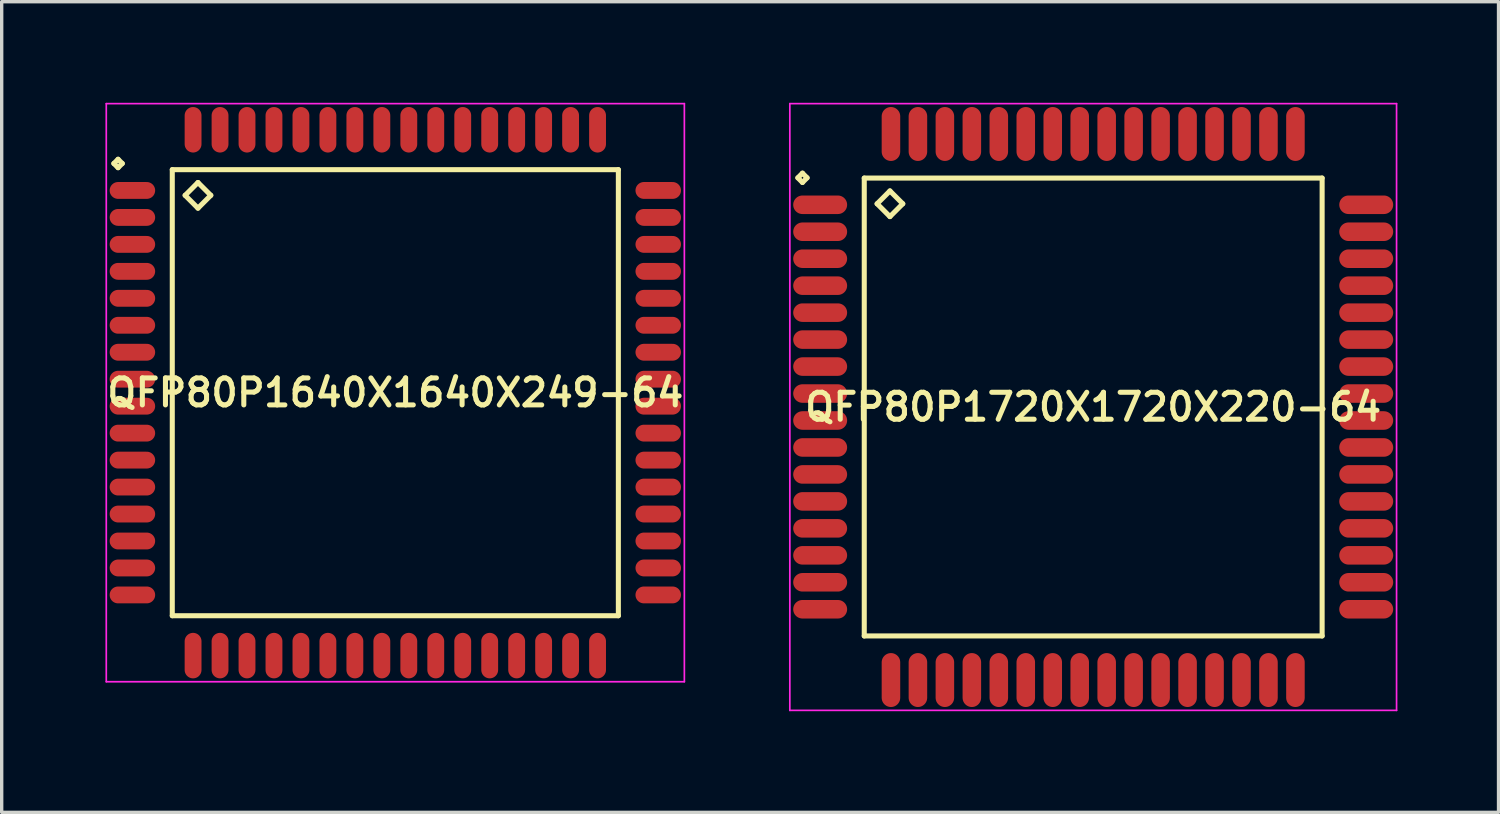
<source format=kicad_pcb>
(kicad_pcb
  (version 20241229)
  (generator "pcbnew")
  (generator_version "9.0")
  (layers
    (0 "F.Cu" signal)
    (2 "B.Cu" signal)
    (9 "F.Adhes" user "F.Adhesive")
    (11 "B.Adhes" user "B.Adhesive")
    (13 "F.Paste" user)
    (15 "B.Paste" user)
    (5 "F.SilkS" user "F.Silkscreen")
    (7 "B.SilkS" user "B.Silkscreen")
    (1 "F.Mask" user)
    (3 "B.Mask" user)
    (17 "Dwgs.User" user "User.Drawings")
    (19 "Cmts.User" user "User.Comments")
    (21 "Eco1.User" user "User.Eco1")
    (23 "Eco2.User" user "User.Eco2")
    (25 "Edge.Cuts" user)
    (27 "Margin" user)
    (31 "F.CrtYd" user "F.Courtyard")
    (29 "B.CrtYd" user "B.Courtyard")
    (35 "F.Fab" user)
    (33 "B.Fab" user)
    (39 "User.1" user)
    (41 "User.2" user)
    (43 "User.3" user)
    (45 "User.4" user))
  (footprint "QFP80P1720X1720X220-64"
    (layer "F.Cu")
    (at 29.382 9.025)
    (property "Reference" "QFP80P1720X1720X220-64" (at 0 0 0) (layer "F.SilkS") (effects (font (size 0.8 0.8) (thickness 0.15))))
    (attr smd)
    (fp_line (start -8.762 -6.8) (end -8.625 -6.938) (stroke (width 0.15) (type solid)) (layer "F.SilkS"))
    (fp_line (start -8.625 -6.938) (end -8.488 -6.8) (stroke (width 0.15) (type solid)) (layer "F.SilkS"))
    (fp_line (start -8.625 -6.662) (end -8.762 -6.8) (stroke (width 0.15) (type solid)) (layer "F.SilkS"))
    (fp_line (start -8.488 -6.8) (end -8.625 -6.662) (stroke (width 0.15) (type solid)) (layer "F.SilkS"))
    (fp_line (start -6.792 -6.792) (end -6.792 6.792) (stroke (width 0.15) (type solid)) (layer "F.SilkS"))
    (fp_line (start -6.792 6.792) (end 6.792 6.792) (stroke (width 0.15) (type solid)) (layer "F.SilkS"))
    (fp_line (start -6.411 -6.03) (end -6.03 -6.411) (stroke (width 0.15) (type solid)) (layer "F.SilkS"))
    (fp_line (start -6.03 -6.411) (end -5.649 -6.03) (stroke (width 0.15) (type solid)) (layer "F.SilkS"))
    (fp_line (start -6.03 -5.649) (end -6.411 -6.03) (stroke (width 0.15) (type solid)) (layer "F.SilkS"))
    (fp_line (start -5.649 -6.03) (end -6.03 -5.649) (stroke (width 0.15) (type solid)) (layer "F.SilkS"))
    (fp_line (start 6.792 -6.792) (end -6.792 -6.792) (stroke (width 0.15) (type solid)) (layer "F.SilkS"))
    (fp_line (start 6.792 6.792) (end 6.792 -6.792) (stroke (width 0.15) (type solid)) (layer "F.SilkS"))
    (fp_line (start -9 -9) (end 9 -9) (stroke (width 0.05) (type solid)) (layer "F.CrtYd"))
    (fp_line (start -9 9) (end -9 -9) (stroke (width 0.05) (type solid)) (layer "F.CrtYd"))
    (fp_line (start 9 -9) (end 9 9) (stroke (width 0.05) (type solid)) (layer "F.CrtYd"))
    (fp_line (start 9 9) (end -9 9) (stroke (width 0.05) (type solid)) (layer "F.CrtYd"))
    (pad "1" smd oval (at -8.1 -6) (size 1.6 0.55) (layers "F.Cu" "F.Mask" "F.Paste"))
    (pad "2" smd oval (at -8.1 -5.2) (size 1.6 0.55) (layers "F.Cu" "F.Mask" "F.Paste"))
    (pad "3" smd oval (at -8.1 -4.4) (size 1.6 0.55) (layers "F.Cu" "F.Mask" "F.Paste"))
    (pad "4" smd oval (at -8.1 -3.6) (size 1.6 0.55) (layers "F.Cu" "F.Mask" "F.Paste"))
    (pad "5" smd oval (at -8.1 -2.8) (size 1.6 0.55) (layers "F.Cu" "F.Mask" "F.Paste"))
    (pad "6" smd oval (at -8.1 -2) (size 1.6 0.55) (layers "F.Cu" "F.Mask" "F.Paste"))
    (pad "7" smd oval (at -8.1 -1.2) (size 1.6 0.55) (layers "F.Cu" "F.Mask" "F.Paste"))
    (pad "8" smd oval (at -8.1 -0.4) (size 1.6 0.55) (layers "F.Cu" "F.Mask" "F.Paste"))
    (pad "9" smd oval (at -8.1 0.4) (size 1.6 0.55) (layers "F.Cu" "F.Mask" "F.Paste"))
    (pad "10" smd oval (at -8.1 1.2) (size 1.6 0.55) (layers "F.Cu" "F.Mask" "F.Paste"))
    (pad "11" smd oval (at -8.1 2) (size 1.6 0.55) (layers "F.Cu" "F.Mask" "F.Paste"))
    (pad "12" smd oval (at -8.1 2.8) (size 1.6 0.55) (layers "F.Cu" "F.Mask" "F.Paste"))
    (pad "13" smd oval (at -8.1 3.6) (size 1.6 0.55) (layers "F.Cu" "F.Mask" "F.Paste"))
    (pad "14" smd oval (at -8.1 4.4) (size 1.6 0.55) (layers "F.Cu" "F.Mask" "F.Paste"))
    (pad "15" smd oval (at -8.1 5.2) (size 1.6 0.55) (layers "F.Cu" "F.Mask" "F.Paste"))
    (pad "16" smd oval (at -8.1 6) (size 1.6 0.55) (layers "F.Cu" "F.Mask" "F.Paste"))
    (pad "17" smd oval (at -6 8.1) (size 0.55 1.6) (layers "F.Cu" "F.Mask" "F.Paste"))
    (pad "18" smd oval (at -5.2 8.1) (size 0.55 1.6) (layers "F.Cu" "F.Mask" "F.Paste"))
    (pad "19" smd oval (at -4.4 8.1) (size 0.55 1.6) (layers "F.Cu" "F.Mask" "F.Paste"))
    (pad "20" smd oval (at -3.6 8.1) (size 0.55 1.6) (layers "F.Cu" "F.Mask" "F.Paste"))
    (pad "21" smd oval (at -2.8 8.1) (size 0.55 1.6) (layers "F.Cu" "F.Mask" "F.Paste"))
    (pad "22" smd oval (at -2 8.1) (size 0.55 1.6) (layers "F.Cu" "F.Mask" "F.Paste"))
    (pad "23" smd oval (at -1.2 8.1) (size 0.55 1.6) (layers "F.Cu" "F.Mask" "F.Paste"))
    (pad "24" smd oval (at -0.4 8.1) (size 0.55 1.6) (layers "F.Cu" "F.Mask" "F.Paste"))
    (pad "25" smd oval (at 0.4 8.1) (size 0.55 1.6) (layers "F.Cu" "F.Mask" "F.Paste"))
    (pad "26" smd oval (at 1.2 8.1) (size 0.55 1.6) (layers "F.Cu" "F.Mask" "F.Paste"))
    (pad "27" smd oval (at 2 8.1) (size 0.55 1.6) (layers "F.Cu" "F.Mask" "F.Paste"))
    (pad "28" smd oval (at 2.8 8.1) (size 0.55 1.6) (layers "F.Cu" "F.Mask" "F.Paste"))
    (pad "29" smd oval (at 3.6 8.1) (size 0.55 1.6) (layers "F.Cu" "F.Mask" "F.Paste"))
    (pad "30" smd oval (at 4.4 8.1) (size 0.55 1.6) (layers "F.Cu" "F.Mask" "F.Paste"))
    (pad "31" smd oval (at 5.2 8.1) (size 0.55 1.6) (layers "F.Cu" "F.Mask" "F.Paste"))
    (pad "32" smd oval (at 6 8.1) (size 0.55 1.6) (layers "F.Cu" "F.Mask" "F.Paste"))
    (pad "33" smd oval (at 8.1 6) (size 1.6 0.55) (layers "F.Cu" "F.Mask" "F.Paste"))
    (pad "34" smd oval (at 8.1 5.2) (size 1.6 0.55) (layers "F.Cu" "F.Mask" "F.Paste"))
    (pad "35" smd oval (at 8.1 4.4) (size 1.6 0.55) (layers "F.Cu" "F.Mask" "F.Paste"))
    (pad "36" smd oval (at 8.1 3.6) (size 1.6 0.55) (layers "F.Cu" "F.Mask" "F.Paste"))
    (pad "37" smd oval (at 8.1 2.8) (size 1.6 0.55) (layers "F.Cu" "F.Mask" "F.Paste"))
    (pad "38" smd oval (at 8.1 2) (size 1.6 0.55) (layers "F.Cu" "F.Mask" "F.Paste"))
    (pad "39" smd oval (at 8.1 1.2) (size 1.6 0.55) (layers "F.Cu" "F.Mask" "F.Paste"))
    (pad "40" smd oval (at 8.1 0.4) (size 1.6 0.55) (layers "F.Cu" "F.Mask" "F.Paste"))
    (pad "41" smd oval (at 8.1 -0.4) (size 1.6 0.55) (layers "F.Cu" "F.Mask" "F.Paste"))
    (pad "42" smd oval (at 8.1 -1.2) (size 1.6 0.55) (layers "F.Cu" "F.Mask" "F.Paste"))
    (pad "43" smd oval (at 8.1 -2) (size 1.6 0.55) (layers "F.Cu" "F.Mask" "F.Paste"))
    (pad "44" smd oval (at 8.1 -2.8) (size 1.6 0.55) (layers "F.Cu" "F.Mask" "F.Paste"))
    (pad "45" smd oval (at 8.1 -3.6) (size 1.6 0.55) (layers "F.Cu" "F.Mask" "F.Paste"))
    (pad "46" smd oval (at 8.1 -4.4) (size 1.6 0.55) (layers "F.Cu" "F.Mask" "F.Paste"))
    (pad "47" smd oval (at 8.1 -5.2) (size 1.6 0.55) (layers "F.Cu" "F.Mask" "F.Paste"))
    (pad "48" smd oval (at 8.1 -6) (size 1.6 0.55) (layers "F.Cu" "F.Mask" "F.Paste"))
    (pad "49" smd oval (at 6 -8.1) (size 0.55 1.6) (layers "F.Cu" "F.Mask" "F.Paste"))
    (pad "50" smd oval (at 5.2 -8.1) (size 0.55 1.6) (layers "F.Cu" "F.Mask" "F.Paste"))
    (pad "51" smd oval (at 4.4 -8.1) (size 0.55 1.6) (layers "F.Cu" "F.Mask" "F.Paste"))
    (pad "52" smd oval (at 3.6 -8.1) (size 0.55 1.6) (layers "F.Cu" "F.Mask" "F.Paste"))
    (pad "53" smd oval (at 2.8 -8.1) (size 0.55 1.6) (layers "F.Cu" "F.Mask" "F.Paste"))
    (pad "54" smd oval (at 2 -8.1) (size 0.55 1.6) (layers "F.Cu" "F.Mask" "F.Paste"))
    (pad "55" smd oval (at 1.2 -8.1) (size 0.55 1.6) (layers "F.Cu" "F.Mask" "F.Paste"))
    (pad "56" smd oval (at 0.4 -8.1) (size 0.55 1.6) (layers "F.Cu" "F.Mask" "F.Paste"))
    (pad "57" smd oval (at -0.4 -8.1) (size 0.55 1.6) (layers "F.Cu" "F.Mask" "F.Paste"))
    (pad "58" smd oval (at -1.2 -8.1) (size 0.55 1.6) (layers "F.Cu" "F.Mask" "F.Paste"))
    (pad "59" smd oval (at -2 -8.1) (size 0.55 1.6) (layers "F.Cu" "F.Mask" "F.Paste"))
    (pad "60" smd oval (at -2.8 -8.1) (size 0.55 1.6) (layers "F.Cu" "F.Mask" "F.Paste"))
    (pad "61" smd oval (at -3.6 -8.1) (size 0.55 1.6) (layers "F.Cu" "F.Mask" "F.Paste"))
    (pad "62" smd oval (at -4.4 -8.1) (size 0.55 1.6) (layers "F.Cu" "F.Mask" "F.Paste"))
    (pad "63" smd oval (at -5.2 -8.1) (size 0.55 1.6) (layers "F.Cu" "F.Mask" "F.Paste"))
    (pad "64" smd oval (at -6 -8.1) (size 0.55 1.6) (layers "F.Cu" "F.Mask" "F.Paste")))
  (footprint "QFP80P1640X1640X249-64"
    (layer "F.Cu")
    (at 8.678 8.6)
    (property "Reference" "QFP80P1640X1640X249-64" (at 0 0 0) (layer "F.SilkS") (effects (font (size 0.8 0.8) (thickness 0.15))))
    (attr smd)
    (fp_line (start -8.35 -6.8) (end -8.225 -6.925) (stroke (width 0.15) (type solid)) (layer "F.SilkS"))
    (fp_line (start -8.225 -6.925) (end -8.1 -6.8) (stroke (width 0.15) (type solid)) (layer "F.SilkS"))
    (fp_line (start -8.225 -6.675) (end -8.35 -6.8) (stroke (width 0.15) (type solid)) (layer "F.SilkS"))
    (fp_line (start -8.1 -6.8) (end -8.225 -6.675) (stroke (width 0.15) (type solid)) (layer "F.SilkS"))
    (fp_line (start -6.617 -6.617) (end -6.617 6.617) (stroke (width 0.15) (type solid)) (layer "F.SilkS"))
    (fp_line (start -6.617 6.617) (end 6.617 6.617) (stroke (width 0.15) (type solid)) (layer "F.SilkS"))
    (fp_line (start -6.236 -5.855) (end -5.855 -6.236) (stroke (width 0.15) (type solid)) (layer "F.SilkS"))
    (fp_line (start -5.855 -6.236) (end -5.474 -5.855) (stroke (width 0.15) (type solid)) (layer "F.SilkS"))
    (fp_line (start -5.855 -5.474) (end -6.236 -5.855) (stroke (width 0.15) (type solid)) (layer "F.SilkS"))
    (fp_line (start -5.474 -5.855) (end -5.855 -5.474) (stroke (width 0.15) (type solid)) (layer "F.SilkS"))
    (fp_line (start 6.617 -6.617) (end -6.617 -6.617) (stroke (width 0.15) (type solid)) (layer "F.SilkS"))
    (fp_line (start 6.617 6.617) (end 6.617 -6.617) (stroke (width 0.15) (type solid)) (layer "F.SilkS"))
    (fp_line (start -8.575 -8.575) (end 8.575 -8.575) (stroke (width 0.05) (type solid)) (layer "F.CrtYd"))
    (fp_line (start -8.575 8.575) (end -8.575 -8.575) (stroke (width 0.05) (type solid)) (layer "F.CrtYd"))
    (fp_line (start 8.575 -8.575) (end 8.575 8.575) (stroke (width 0.05) (type solid)) (layer "F.CrtYd"))
    (fp_line (start 8.575 8.575) (end -8.575 8.575) (stroke (width 0.05) (type solid)) (layer "F.CrtYd"))
    (pad "1" smd oval (at -7.8 -6) (size 1.35 0.5) (layers "F.Cu" "F.Mask" "F.Paste"))
    (pad "2" smd oval (at -7.8 -5.2) (size 1.35 0.5) (layers "F.Cu" "F.Mask" "F.Paste"))
    (pad "3" smd oval (at -7.8 -4.4) (size 1.35 0.5) (layers "F.Cu" "F.Mask" "F.Paste"))
    (pad "4" smd oval (at -7.8 -3.6) (size 1.35 0.5) (layers "F.Cu" "F.Mask" "F.Paste"))
    (pad "5" smd oval (at -7.8 -2.8) (size 1.35 0.5) (layers "F.Cu" "F.Mask" "F.Paste"))
    (pad "6" smd oval (at -7.8 -2) (size 1.35 0.5) (layers "F.Cu" "F.Mask" "F.Paste"))
    (pad "7" smd oval (at -7.8 -1.2) (size 1.35 0.5) (layers "F.Cu" "F.Mask" "F.Paste"))
    (pad "8" smd oval (at -7.8 -0.4) (size 1.35 0.5) (layers "F.Cu" "F.Mask" "F.Paste"))
    (pad "9" smd oval (at -7.8 0.4) (size 1.35 0.5) (layers "F.Cu" "F.Mask" "F.Paste"))
    (pad "10" smd oval (at -7.8 1.2) (size 1.35 0.5) (layers "F.Cu" "F.Mask" "F.Paste"))
    (pad "11" smd oval (at -7.8 2) (size 1.35 0.5) (layers "F.Cu" "F.Mask" "F.Paste"))
    (pad "12" smd oval (at -7.8 2.8) (size 1.35 0.5) (layers "F.Cu" "F.Mask" "F.Paste"))
    (pad "13" smd oval (at -7.8 3.6) (size 1.35 0.5) (layers "F.Cu" "F.Mask" "F.Paste"))
    (pad "14" smd oval (at -7.8 4.4) (size 1.35 0.5) (layers "F.Cu" "F.Mask" "F.Paste"))
    (pad "15" smd oval (at -7.8 5.2) (size 1.35 0.5) (layers "F.Cu" "F.Mask" "F.Paste"))
    (pad "16" smd oval (at -7.8 6) (size 1.35 0.5) (layers "F.Cu" "F.Mask" "F.Paste"))
    (pad "17" smd oval (at -6 7.8) (size 0.5 1.35) (layers "F.Cu" "F.Mask" "F.Paste"))
    (pad "18" smd oval (at -5.2 7.8) (size 0.5 1.35) (layers "F.Cu" "F.Mask" "F.Paste"))
    (pad "19" smd oval (at -4.4 7.8) (size 0.5 1.35) (layers "F.Cu" "F.Mask" "F.Paste"))
    (pad "20" smd oval (at -3.6 7.8) (size 0.5 1.35) (layers "F.Cu" "F.Mask" "F.Paste"))
    (pad "21" smd oval (at -2.8 7.8) (size 0.5 1.35) (layers "F.Cu" "F.Mask" "F.Paste"))
    (pad "22" smd oval (at -2 7.8) (size 0.5 1.35) (layers "F.Cu" "F.Mask" "F.Paste"))
    (pad "23" smd oval (at -1.2 7.8) (size 0.5 1.35) (layers "F.Cu" "F.Mask" "F.Paste"))
    (pad "24" smd oval (at -0.4 7.8) (size 0.5 1.35) (layers "F.Cu" "F.Mask" "F.Paste"))
    (pad "25" smd oval (at 0.4 7.8) (size 0.5 1.35) (layers "F.Cu" "F.Mask" "F.Paste"))
    (pad "26" smd oval (at 1.2 7.8) (size 0.5 1.35) (layers "F.Cu" "F.Mask" "F.Paste"))
    (pad "27" smd oval (at 2 7.8) (size 0.5 1.35) (layers "F.Cu" "F.Mask" "F.Paste"))
    (pad "28" smd oval (at 2.8 7.8) (size 0.5 1.35) (layers "F.Cu" "F.Mask" "F.Paste"))
    (pad "29" smd oval (at 3.6 7.8) (size 0.5 1.35) (layers "F.Cu" "F.Mask" "F.Paste"))
    (pad "30" smd oval (at 4.4 7.8) (size 0.5 1.35) (layers "F.Cu" "F.Mask" "F.Paste"))
    (pad "31" smd oval (at 5.2 7.8) (size 0.5 1.35) (layers "F.Cu" "F.Mask" "F.Paste"))
    (pad "32" smd oval (at 6 7.8) (size 0.5 1.35) (layers "F.Cu" "F.Mask" "F.Paste"))
    (pad "33" smd oval (at 7.8 6) (size 1.35 0.5) (layers "F.Cu" "F.Mask" "F.Paste"))
    (pad "34" smd oval (at 7.8 5.2) (size 1.35 0.5) (layers "F.Cu" "F.Mask" "F.Paste"))
    (pad "35" smd oval (at 7.8 4.4) (size 1.35 0.5) (layers "F.Cu" "F.Mask" "F.Paste"))
    (pad "36" smd oval (at 7.8 3.6) (size 1.35 0.5) (layers "F.Cu" "F.Mask" "F.Paste"))
    (pad "37" smd oval (at 7.8 2.8) (size 1.35 0.5) (layers "F.Cu" "F.Mask" "F.Paste"))
    (pad "38" smd oval (at 7.8 2) (size 1.35 0.5) (layers "F.Cu" "F.Mask" "F.Paste"))
    (pad "39" smd oval (at 7.8 1.2) (size 1.35 0.5) (layers "F.Cu" "F.Mask" "F.Paste"))
    (pad "40" smd oval (at 7.8 0.4) (size 1.35 0.5) (layers "F.Cu" "F.Mask" "F.Paste"))
    (pad "41" smd oval (at 7.8 -0.4) (size 1.35 0.5) (layers "F.Cu" "F.Mask" "F.Paste"))
    (pad "42" smd oval (at 7.8 -1.2) (size 1.35 0.5) (layers "F.Cu" "F.Mask" "F.Paste"))
    (pad "43" smd oval (at 7.8 -2) (size 1.35 0.5) (layers "F.Cu" "F.Mask" "F.Paste"))
    (pad "44" smd oval (at 7.8 -2.8) (size 1.35 0.5) (layers "F.Cu" "F.Mask" "F.Paste"))
    (pad "45" smd oval (at 7.8 -3.6) (size 1.35 0.5) (layers "F.Cu" "F.Mask" "F.Paste"))
    (pad "46" smd oval (at 7.8 -4.4) (size 1.35 0.5) (layers "F.Cu" "F.Mask" "F.Paste"))
    (pad "47" smd oval (at 7.8 -5.2) (size 1.35 0.5) (layers "F.Cu" "F.Mask" "F.Paste"))
    (pad "48" smd oval (at 7.8 -6) (size 1.35 0.5) (layers "F.Cu" "F.Mask" "F.Paste"))
    (pad "49" smd oval (at 6 -7.8) (size 0.5 1.35) (layers "F.Cu" "F.Mask" "F.Paste"))
    (pad "50" smd oval (at 5.2 -7.8) (size 0.5 1.35) (layers "F.Cu" "F.Mask" "F.Paste"))
    (pad "51" smd oval (at 4.4 -7.8) (size 0.5 1.35) (layers "F.Cu" "F.Mask" "F.Paste"))
    (pad "52" smd oval (at 3.6 -7.8) (size 0.5 1.35) (layers "F.Cu" "F.Mask" "F.Paste"))
    (pad "53" smd oval (at 2.8 -7.8) (size 0.5 1.35) (layers "F.Cu" "F.Mask" "F.Paste"))
    (pad "54" smd oval (at 2 -7.8) (size 0.5 1.35) (layers "F.Cu" "F.Mask" "F.Paste"))
    (pad "55" smd oval (at 1.2 -7.8) (size 0.5 1.35) (layers "F.Cu" "F.Mask" "F.Paste"))
    (pad "56" smd oval (at 0.4 -7.8) (size 0.5 1.35) (layers "F.Cu" "F.Mask" "F.Paste"))
    (pad "57" smd oval (at -0.4 -7.8) (size 0.5 1.35) (layers "F.Cu" "F.Mask" "F.Paste"))
    (pad "58" smd oval (at -1.2 -7.8) (size 0.5 1.35) (layers "F.Cu" "F.Mask" "F.Paste"))
    (pad "59" smd oval (at -2 -7.8) (size 0.5 1.35) (layers "F.Cu" "F.Mask" "F.Paste"))
    (pad "60" smd oval (at -2.8 -7.8) (size 0.5 1.35) (layers "F.Cu" "F.Mask" "F.Paste"))
    (pad "61" smd oval (at -3.6 -7.8) (size 0.5 1.35) (layers "F.Cu" "F.Mask" "F.Paste"))
    (pad "62" smd oval (at -4.4 -7.8) (size 0.5 1.35) (layers "F.Cu" "F.Mask" "F.Paste"))
    (pad "63" smd oval (at -5.2 -7.8) (size 0.5 1.35) (layers "F.Cu" "F.Mask" "F.Paste"))
    (pad "64" smd oval (at -6 -7.8) (size 0.5 1.35) (layers "F.Cu" "F.Mask" "F.Paste")))
  (gr_rect
    (start -3 -3)
    (end 41.407 21.05)
    (stroke (width 0.1) (type default))
    (fill no)
    (layer "Edge.Cuts")))
</source>
